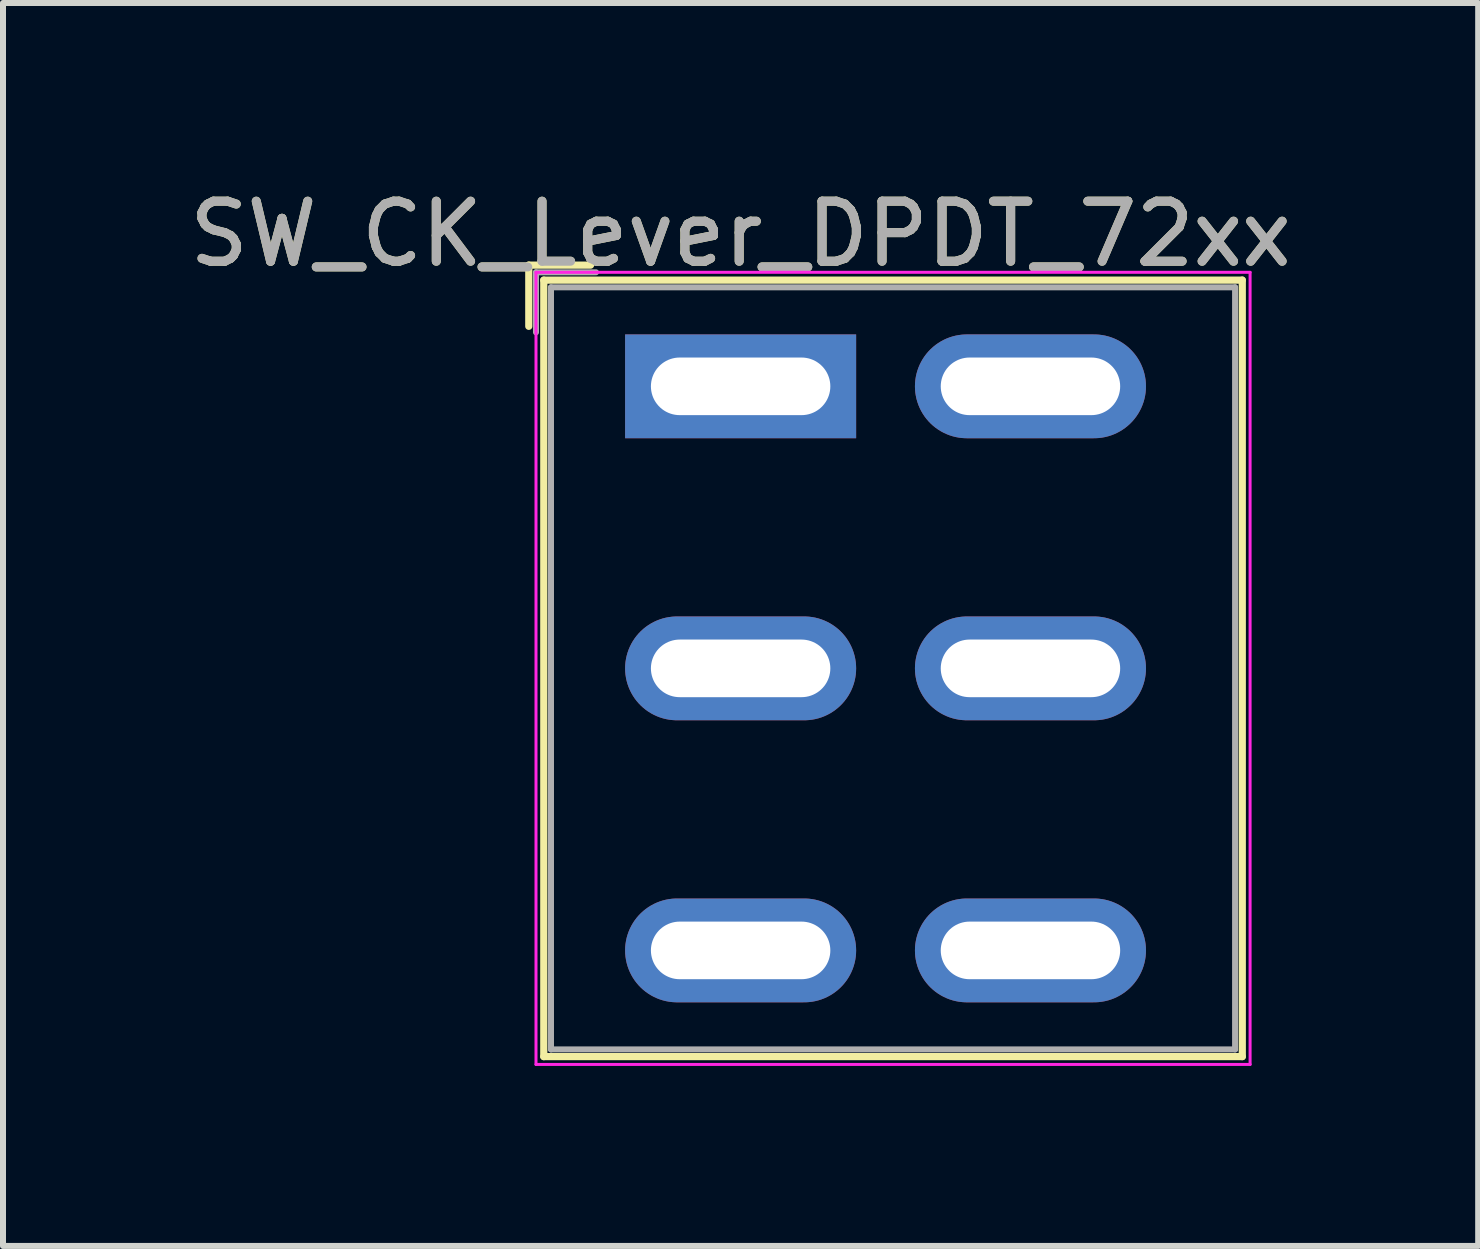
<source format=kicad_pcb>
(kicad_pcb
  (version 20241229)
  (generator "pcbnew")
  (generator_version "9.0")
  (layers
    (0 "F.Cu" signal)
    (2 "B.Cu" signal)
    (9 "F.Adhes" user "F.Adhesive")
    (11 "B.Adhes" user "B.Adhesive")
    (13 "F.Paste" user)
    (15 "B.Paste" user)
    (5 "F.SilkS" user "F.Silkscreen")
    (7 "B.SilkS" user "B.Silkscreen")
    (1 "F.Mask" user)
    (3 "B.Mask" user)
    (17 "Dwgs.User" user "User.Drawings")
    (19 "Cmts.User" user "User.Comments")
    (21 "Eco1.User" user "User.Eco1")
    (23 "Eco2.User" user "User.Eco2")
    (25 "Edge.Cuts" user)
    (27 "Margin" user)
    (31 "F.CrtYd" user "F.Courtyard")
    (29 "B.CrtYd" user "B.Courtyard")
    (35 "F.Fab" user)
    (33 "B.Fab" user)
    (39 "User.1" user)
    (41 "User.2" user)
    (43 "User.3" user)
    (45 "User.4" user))
  (footprint "SW_CK_Lever_DPDT_72xx"
    (layer "F.Cu")
    (at 9.292 3.388)
    (property "Reference" "SW_CK_Lever_DPDT_72xx" (at 0 -2.54 180) (layer "F.SilkS") (effects (font (size 1 1) (thickness 0.15))))
    (attr through_hole)
    (fp_line (start -3.53 -2.02) (end -3.53 -1) (stroke (width 0.12) (type solid)) (layer "F.SilkS"))
    (fp_line (start -3.53 -2.02) (end -2.5 -2.02) (stroke (width 0.12) (type solid)) (layer "F.SilkS"))
    (fp_line (start -3.28 -1.77) (end -3.28 11.17) (stroke (width 0.12) (type solid)) (layer "F.SilkS"))
    (fp_line (start -3.28 -1.77) (end 8.36 -1.77) (stroke (width 0.12) (type solid)) (layer "F.SilkS"))
    (fp_line (start -3.28 11.17) (end 8.36 11.17) (stroke (width 0.12) (type solid)) (layer "F.SilkS"))
    (fp_line (start 8.36 -1.77) (end 8.36 11.17) (stroke (width 0.12) (type solid)) (layer "F.SilkS"))
    (fp_line (start -3.41 -1.9) (end -3.41 11.3) (stroke (width 0.05) (type solid)) (layer "F.CrtYd"))
    (fp_line (start -3.41 -1.9) (end 8.49 -1.9) (stroke (width 0.05) (type solid)) (layer "F.CrtYd"))
    (fp_line (start -3.41 11.3) (end 8.49 11.3) (stroke (width 0.05) (type solid)) (layer "F.CrtYd"))
    (fp_line (start 8.49 -1.9) (end 8.49 11.3) (stroke (width 0.05) (type solid)) (layer "F.CrtYd"))
    (fp_line (start -3.41 -1.9) (end -3.41 -0.9) (stroke (width 0.1) (type solid)) (layer "F.Fab"))
    (fp_line (start -3.41 -1.9) (end -2.41 -1.9) (stroke (width 0.1) (type solid)) (layer "F.Fab"))
    (fp_line (start -3.16 -1.65) (end -3.16 11.05) (stroke (width 0.1) (type solid)) (layer "F.Fab"))
    (fp_line (start -3.16 -1.65) (end 8.24 -1.65) (stroke (width 0.1) (type solid)) (layer "F.Fab"))
    (fp_line (start -3.16 11.05) (end 8.24 11.05) (stroke (width 0.1) (type solid)) (layer "F.Fab"))
    (fp_line (start 8.24 -1.65) (end 8.24 11.05) (stroke (width 0.1) (type solid)) (layer "F.Fab"))
    (fp_text user "${REFERENCE}" (at 0 -2.54 180) (layer "F.Fab") (effects (font (size 1 1) (thickness 0.15))))
    (pad "1" thru_hole rect (at 0 0) (size 3.85 1.73) (drill oval 2.99 0.96) (layers "*.Cu" "*.Mask"))
    (pad "2" thru_hole oval (at 0 4.7) (size 3.85 1.73) (drill oval 2.99 0.96) (layers "*.Cu" "*.Mask"))
    (pad "3" thru_hole oval (at 0 9.4) (size 3.85 1.73) (drill oval 2.99 0.96) (layers "*.Cu" "*.Mask"))
    (pad "4" thru_hole oval (at 4.83 0) (size 3.85 1.73) (drill oval 2.99 0.96) (layers "*.Cu" "*.Mask"))
    (pad "5" thru_hole oval (at 4.83 4.7) (size 3.85 1.73) (drill oval 2.99 0.96) (layers "*.Cu" "*.Mask"))
    (pad "6" thru_hole oval (at 4.83 9.4) (size 3.85 1.73) (drill oval 2.99 0.96) (layers "*.Cu" "*.Mask")))
  (gr_rect
    (start -3 -3)
    (end 21.583 17.713)
    (stroke (width 0.1) (type default))
    (fill no)
    (layer "Edge.Cuts")))
</source>
